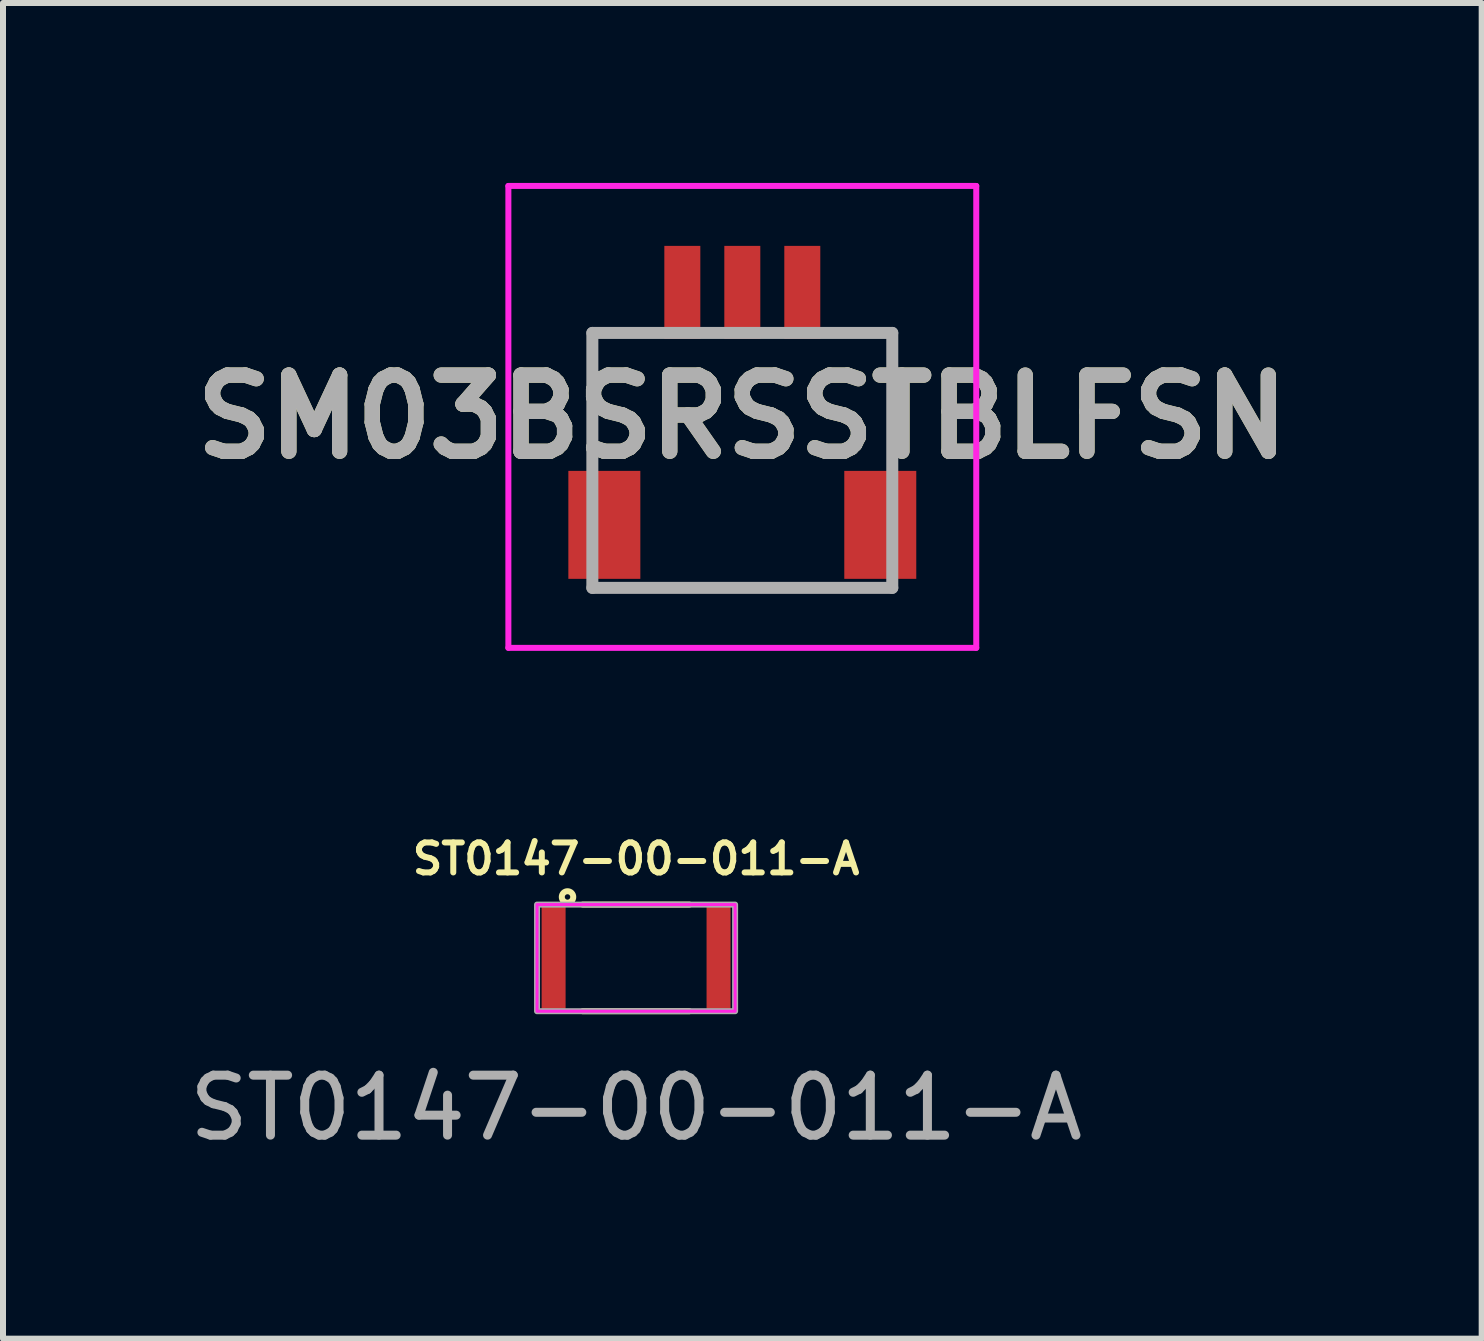
<source format=kicad_pcb>
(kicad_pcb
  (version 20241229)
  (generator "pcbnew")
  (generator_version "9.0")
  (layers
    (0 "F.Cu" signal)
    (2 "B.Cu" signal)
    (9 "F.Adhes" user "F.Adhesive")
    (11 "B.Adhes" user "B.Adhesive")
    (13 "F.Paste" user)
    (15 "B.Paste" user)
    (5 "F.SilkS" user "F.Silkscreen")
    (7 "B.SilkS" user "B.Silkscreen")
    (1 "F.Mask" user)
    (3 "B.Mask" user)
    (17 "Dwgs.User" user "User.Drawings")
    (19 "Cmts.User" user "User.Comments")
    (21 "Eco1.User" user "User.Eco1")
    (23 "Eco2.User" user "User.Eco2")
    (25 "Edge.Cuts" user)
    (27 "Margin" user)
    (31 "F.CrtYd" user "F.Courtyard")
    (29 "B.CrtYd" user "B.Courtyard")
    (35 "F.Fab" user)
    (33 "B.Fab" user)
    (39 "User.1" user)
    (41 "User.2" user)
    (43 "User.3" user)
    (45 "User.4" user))
  (footprint "SM03BSRSSTBLFSN"
    (layer "F.Cu")
    (at 9.325 4.287)
    (property "Reference" "SM03BSRSSTBLFSN" (at 0 -0.388 0) (layer "F.SilkS") (effects (font (size 1.27 1.27) (thickness 0.254))))
    (attr smd)
    (fp_line (start -2.5 -1.787) (end -2 -1.787) (stroke (width 0.1) (type solid)) (layer "F.SilkS"))
    (fp_line (start -2.5 -0.5) (end -2.5 -1.787) (stroke (width 0.1) (type solid)) (layer "F.SilkS"))
    (fp_line (start -1 2.463) (end 1.5 2.463) (stroke (width 0.1) (type solid)) (layer "F.SilkS"))
    (fp_line (start 2.5 -1.787) (end 2 -1.787) (stroke (width 0.1) (type solid)) (layer "F.SilkS"))
    (fp_line (start 2.5 -0.5) (end 2.5 -1.787) (stroke (width 0.1) (type solid)) (layer "F.SilkS"))
    (fp_line (start -3.9 -4.237) (end 3.9 -4.237) (stroke (width 0.1) (type solid)) (layer "F.CrtYd"))
    (fp_line (start -3.9 3.463) (end -3.9 -4.237) (stroke (width 0.1) (type solid)) (layer "F.CrtYd"))
    (fp_line (start 3.9 -4.237) (end 3.9 3.463) (stroke (width 0.1) (type solid)) (layer "F.CrtYd"))
    (fp_line (start 3.9 3.463) (end -3.9 3.463) (stroke (width 0.1) (type solid)) (layer "F.CrtYd"))
    (fp_line (start -2.5 -1.787) (end 2.5 -1.787) (stroke (width 0.2) (type solid)) (layer "F.Fab"))
    (fp_line (start -2.5 2.463) (end -2.5 -1.787) (stroke (width 0.2) (type solid)) (layer "F.Fab"))
    (fp_line (start 2.5 -1.787) (end 2.5 2.463) (stroke (width 0.2) (type solid)) (layer "F.Fab"))
    (fp_line (start 2.5 2.463) (end -2.5 2.463) (stroke (width 0.2) (type solid)) (layer "F.Fab"))
    (fp_text user "${REFERENCE}" (at 0 -0.388 0) (layer "F.Fab") (effects (font (size 1.27 1.27) (thickness 0.254))))
    (pad "1" smd rect (at -1 -2.463) (size 0.6 1.55) (layers "F.Cu" "F.Mask" "F.Paste"))
    (pad "2" smd rect (at 0 -2.463) (size 0.6 1.55) (layers "F.Cu" "F.Mask" "F.Paste"))
    (pad "3" smd rect (at 1 -2.463) (size 0.6 1.55) (layers "F.Cu" "F.Mask" "F.Paste"))
    (pad "MP1" smd rect (at -2.3 1.413) (size 1.2 1.8) (layers "F.Cu" "F.Mask" "F.Paste"))
    (pad "MP2" smd rect (at 2.3 1.413) (size 1.2 1.8) (layers "F.Cu" "F.Mask" "F.Paste")))
  (footprint "ST0147-00-011-A"
    (layer "F.Cu")
    (at 7.554 12.919)
    (property "Reference" "ST0147-00-011-A" (at 0 -1.651 0) (unlocked yes) (layer "F.SilkS") (effects (font (size 0.5 0.5) (thickness 0.1))))
    (attr smd)
    (fp_line (start -0.889 -0.889) (end 0.889 -0.889) (stroke (width 0.1) (type default)) (layer "F.SilkS"))
    (fp_line (start -0.889 0.889) (end 0.889 0.889) (stroke (width 0.1) (type default)) (layer "F.SilkS"))
    (fp_circle (center -1.143 -1.016) (end -1.099 -1.004) (stroke (width 0.1) (type default)) (fill no) (layer "F.SilkS"))
    (fp_rect (start -1.651 -0.889) (end 1.651 0.889) (stroke (width 0.05) (type default)) (fill no) (layer "F.CrtYd"))
    (fp_rect (start -1.651 -0.889) (end 1.651 0.889) (stroke (width 0.1) (type default)) (fill no) (layer "F.Fab"))
    (fp_text user "${REFERENCE}" (at 0 2.5 0) (unlocked yes) (layer "F.Fab") (effects (font (size 1 1) (thickness 0.15))))
    (pad "1" smd rect (at -1.375 0) (size 0.4 1.7) (layers "F.Cu" "F.Mask" "F.Paste"))
    (pad "2" smd rect (at 1.375 0) (size 0.4 1.7) (layers "F.Cu" "F.Mask" "F.Paste")))
  (gr_rect
    (start -3 -3)
    (end 21.651 19.267)
    (stroke (width 0.1) (type default))
    (fill no)
    (layer "Edge.Cuts")))
</source>
